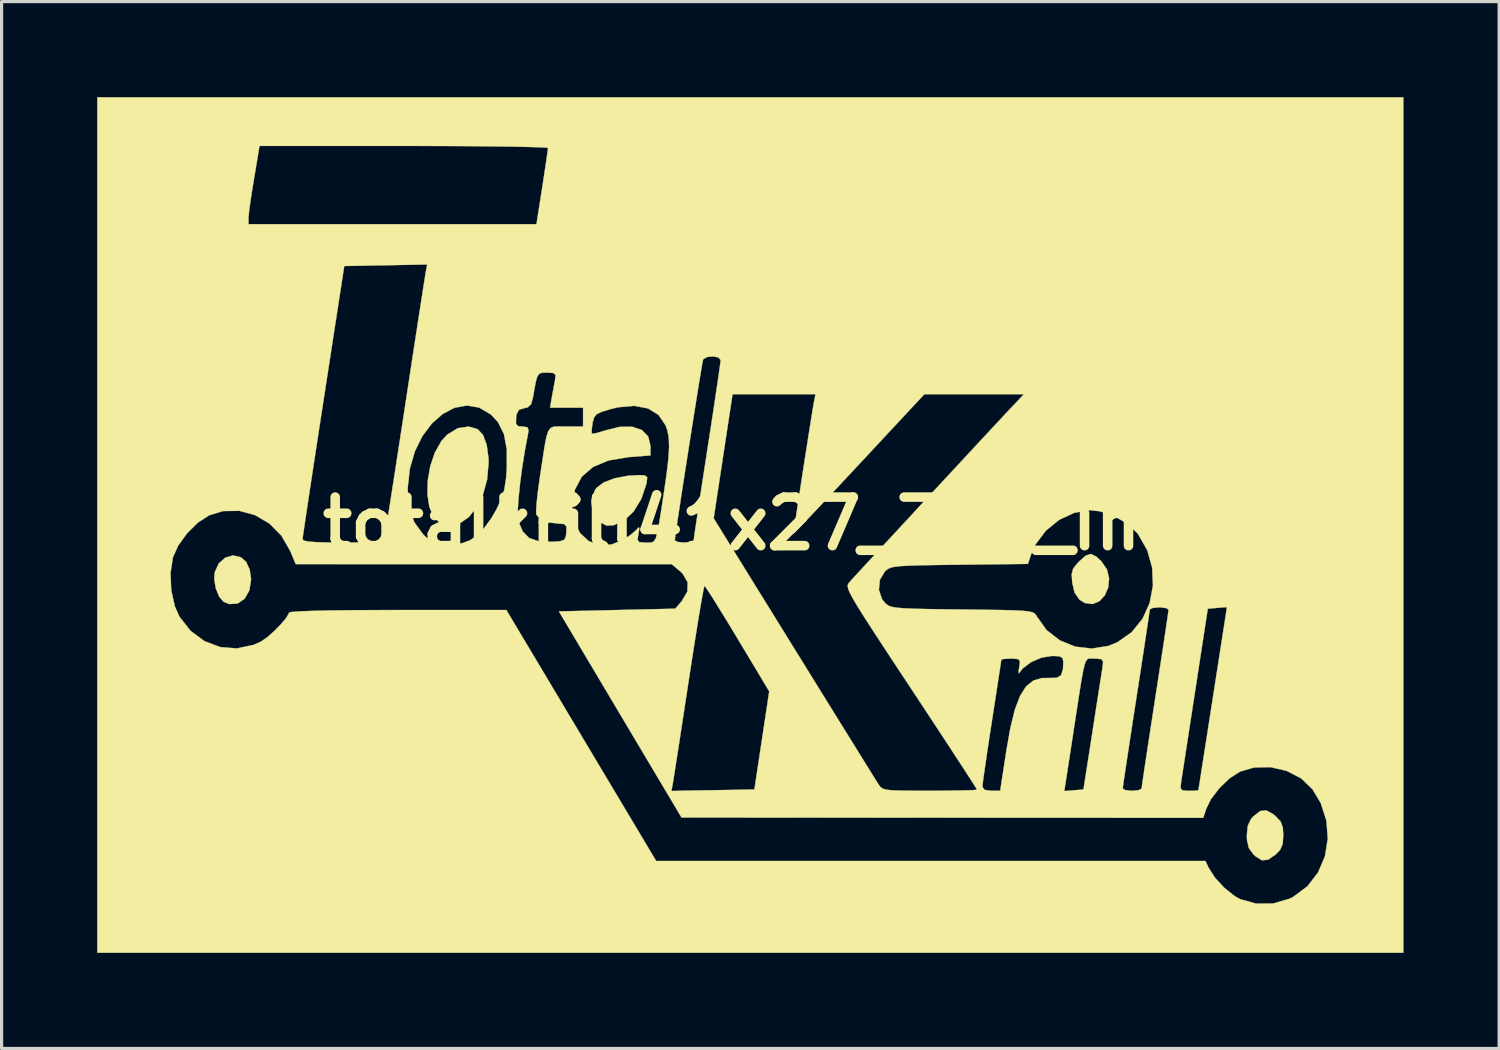
<source format=kicad_pcb>
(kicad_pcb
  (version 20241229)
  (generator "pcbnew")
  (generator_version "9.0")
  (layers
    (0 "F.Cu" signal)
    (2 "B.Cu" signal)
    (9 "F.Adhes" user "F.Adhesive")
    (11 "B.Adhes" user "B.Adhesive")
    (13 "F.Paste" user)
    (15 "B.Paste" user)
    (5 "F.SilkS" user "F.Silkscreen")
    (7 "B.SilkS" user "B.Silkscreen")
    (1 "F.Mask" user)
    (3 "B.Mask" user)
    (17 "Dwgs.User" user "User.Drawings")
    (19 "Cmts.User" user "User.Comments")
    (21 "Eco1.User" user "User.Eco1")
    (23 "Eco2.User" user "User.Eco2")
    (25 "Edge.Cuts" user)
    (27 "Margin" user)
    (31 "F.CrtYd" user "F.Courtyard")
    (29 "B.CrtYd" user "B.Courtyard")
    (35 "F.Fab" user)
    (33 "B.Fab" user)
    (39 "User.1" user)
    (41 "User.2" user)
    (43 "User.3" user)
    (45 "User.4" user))
  (footprint "totalkrill41x27_300_inv"
    (layer "F.Cu")
    (at 20.494 13.382)
    (property "Reference" "totalkrill41x27_300_inv" (at 0 0 0) (layer "F.SilkS") (effects (font (size 1.524 1.524) (thickness 0.3))))
    (attr through_hole)
    (fp_poly (pts (xy -15.985 1.054) (xy -15.822 1.196) (xy -15.709 1.441) (xy -15.665 1.745) (xy -15.72 2.095) (xy -15.87 2.356) (xy -16.088 2.505) (xy -16.349 2.522) (xy -16.525 2.452) (xy -16.668 2.289) (xy -16.774 2.026) (xy -16.822 1.732) (xy -16.808 1.532) (xy -16.682 1.25) (xy -16.476 1.066) (xy -16.23 0.996) (xy -15.985 1.054)) (stroke (width 0.01) (type solid)) (fill yes) (layer "F.SilkS"))
    (fp_poly (pts (xy 10.847 1.027) (xy 11.013 1.179) (xy 11.191 1.439) (xy 11.257 1.723) (xy 11.229 2.002) (xy 11.123 2.248) (xy 10.956 2.43) (xy 10.743 2.521) (xy 10.5 2.491) (xy 10.33 2.388) (xy 10.173 2.164) (xy 10.099 1.842) (xy 10.083 1.583) (xy 10.129 1.409) (xy 10.262 1.241) (xy 10.312 1.189) (xy 10.523 1.003) (xy 10.683 0.949) (xy 10.847 1.027)) (stroke (width 0.01) (type solid)) (fill yes) (layer "F.SilkS"))
    (fp_poly (pts (xy -3.306 -1.514) (xy -3.236 -1.454) (xy -3.253 -1.295) (xy -3.263 -1.249) (xy -3.421 -0.778) (xy -3.661 -0.385) (xy -3.961 -0.098) (xy -4.294 0.05) (xy -4.295 0.05) (xy -4.513 0.06) (xy -4.694 -0.036) (xy -4.778 -0.114) (xy -4.955 -0.4) (xy -4.989 -0.729) (xy -4.877 -1.051) (xy -4.825 -1.125) (xy -4.606 -1.292) (xy -4.264 -1.423) (xy -3.843 -1.504) (xy -3.503 -1.524) (xy -3.306 -1.514)) (stroke (width 0.01) (type solid)) (fill yes) (layer "F.SilkS"))
    (fp_poly (pts (xy 16.409 9.117) (xy 16.484 9.179) (xy 16.639 9.345) (xy 16.708 9.537) (xy 16.722 9.779) (xy 16.702 10.053) (xy 16.622 10.237) (xy 16.484 10.379) (xy 16.248 10.542) (xy 16.053 10.562) (xy 15.852 10.438) (xy 15.786 10.376) (xy 15.642 10.179) (xy 15.584 9.93) (xy 15.579 9.779) (xy 15.607 9.481) (xy 15.709 9.27) (xy 15.786 9.182) (xy 15.998 9.017) (xy 16.19 8.995) (xy 16.409 9.117)) (stroke (width 0.01) (type solid)) (fill yes) (layer "F.SilkS"))
    (fp_poly (pts (xy -8.555 -2.965) (xy -8.389 -2.787) (xy -8.273 -2.475) (xy -8.216 -2.059) (xy -8.213 -1.908) (xy -8.26 -1.383) (xy -8.39 -0.911) (xy -8.588 -0.512) (xy -8.838 -0.204) (xy -9.125 -0.007) (xy -9.432 0.059) (xy -9.737 -0.021) (xy -9.943 -0.218) (xy -10.074 -0.53) (xy -10.132 -0.922) (xy -10.121 -1.359) (xy -10.043 -1.806) (xy -9.901 -2.227) (xy -9.698 -2.588) (xy -9.515 -2.791) (xy -9.182 -2.996) (xy -8.839 -3.048) (xy -8.555 -2.965)) (stroke (width 0.01) (type solid)) (fill yes) (layer "F.SilkS"))
    (fp_poly (pts (xy 20.489 13.462) (xy -20.489 13.462) (xy -20.489 1.555) (xy -18.194 1.555) (xy -18.171 2.089) (xy -18.058 2.593) (xy -17.915 2.915) (xy -17.565 3.363) (xy -17.129 3.685) (xy -16.636 3.871) (xy -16.113 3.914) (xy -15.588 3.803) (xy -15.361 3.703) (xy -15.172 3.574) (xy -14.951 3.381) (xy -14.737 3.164) (xy -14.567 2.962) (xy -14.482 2.816) (xy -14.478 2.794) (xy -14.394 2.77) (xy -14.145 2.751) (xy -13.735 2.735) (xy -13.167 2.722) (xy -12.447 2.714) (xy -11.578 2.71) (xy -11.067 2.709) (xy -7.656 2.709) (xy -2.955 10.583) (xy 14.281 10.583) (xy 14.373 10.785) (xy 14.578 11.107) (xy 14.875 11.429) (xy 15.204 11.69) (xy 15.366 11.78) (xy 15.873 11.922) (xy 16.409 11.916) (xy 16.922 11.766) (xy 17.028 11.713) (xy 17.48 11.377) (xy 17.815 10.941) (xy 18.03 10.434) (xy 18.118 9.884) (xy 18.076 9.318) (xy 17.897 8.765) (xy 17.638 8.332) (xy 17.283 7.991) (xy 16.831 7.757) (xy 16.325 7.639) (xy 15.809 7.649) (xy 15.362 7.78) (xy 15.037 7.99) (xy 14.715 8.299) (xy 14.449 8.649) (xy 14.305 8.945) (xy 14.211 9.229) (xy -2.159 9.22) (xy -2.652 8.39) (xy 9.851 8.39) (xy 10.452 8.34) (xy 10.457 8.309) (xy 11.684 8.309) (xy 11.758 8.357) (xy 11.942 8.381) (xy 11.98 8.382) (xy 12.176 8.364) (xy 12.274 8.319) (xy 12.277 8.309) (xy 12.279 8.292) (xy 13.499 8.292) (xy 13.557 8.367) (xy 13.736 8.382) (xy 13.764 8.382) (xy 13.959 8.377) (xy 14.057 8.363) (xy 14.059 8.361) (xy 14.073 8.275) (xy 14.11 8.042) (xy 14.166 7.679) (xy 14.24 7.208) (xy 14.328 6.647) (xy 14.426 6.014) (xy 14.51 5.478) (xy 14.955 2.616) (xy 14.353 2.667) (xy 13.957 5.249) (xy 13.856 5.904) (xy 13.762 6.515) (xy 13.678 7.06) (xy 13.608 7.516) (xy 13.555 7.86) (xy 13.523 8.068) (xy 13.516 8.107) (xy 13.499 8.292) (xy 12.279 8.292) (xy 12.289 8.211) (xy 12.325 7.965) (xy 12.38 7.593) (xy 12.453 7.115) (xy 12.539 6.55) (xy 12.636 5.92) (xy 12.7 5.503) (xy 12.802 4.842) (xy 12.895 4.234) (xy 12.977 3.7) (xy 13.043 3.259) (xy 13.091 2.932) (xy 13.118 2.74) (xy 13.123 2.697) (xy 13.049 2.649) (xy 12.866 2.625) (xy 12.827 2.625) (xy 12.631 2.643) (xy 12.533 2.688) (xy 12.531 2.697) (xy 12.518 2.796) (xy 12.483 3.041) (xy 12.427 3.413) (xy 12.355 3.892) (xy 12.269 4.457) (xy 12.172 5.087) (xy 12.107 5.503) (xy 12.005 6.165) (xy 11.912 6.773) (xy 11.831 7.307) (xy 11.764 7.748) (xy 11.716 8.074) (xy 11.689 8.266) (xy 11.684 8.309) (xy 10.457 8.309) (xy 10.723 6.604) (xy 10.807 6.06) (xy 10.886 5.554) (xy 10.954 5.117) (xy 11.007 4.779) (xy 11.04 4.572) (xy 11.043 4.551) (xy 11.068 4.344) (xy 11.027 4.255) (xy 10.883 4.234) (xy 10.8 4.233) (xy 10.71 4.229) (xy 10.639 4.227) (xy 10.582 4.247) (xy 10.534 4.305) (xy 10.489 4.421) (xy 10.444 4.611) (xy 10.392 4.893) (xy 10.328 5.287) (xy 10.248 5.809) (xy 10.145 6.477) (xy 10.129 6.587) (xy 9.851 8.39) (xy -2.652 8.39) (xy -2.655 8.387) (xy -2.477 8.387) (xy 0.127 8.34) (xy 0.592 5.26) (xy -0.402 3.604) (xy -0.688 3.13) (xy -0.946 2.71) (xy -1.162 2.362) (xy -1.324 2.108) (xy -1.42 1.968) (xy -1.439 1.947) (xy -1.461 2.028) (xy -1.505 2.257) (xy -1.568 2.617) (xy -1.646 3.087) (xy -1.736 3.65) (xy -1.836 4.286) (xy -1.936 4.932) (xy -2.042 5.632) (xy -2.143 6.287) (xy -2.233 6.877) (xy -2.311 7.379) (xy -2.373 7.774) (xy -2.415 8.04) (xy -2.433 8.151) (xy -2.477 8.387) (xy -2.655 8.387) (xy -6.007 2.752) (xy -4.182 2.709) (xy -2.356 2.667) (xy -2.151 2.429) (xy -1.976 2.129) (xy -1.967 1.838) (xy -2.125 1.567) (xy -2.208 1.489) (xy -2.468 1.27) (xy -8.367 1.27) (xy -14.266 1.269) (xy -14.43 0.871) (xy -14.65 0.487) (xy -14.051 0.487) (xy -14.01 0.53) (xy -13.869 0.561) (xy -13.611 0.58) (xy -13.217 0.59) (xy -12.786 0.593) (xy -12.299 0.592) (xy -11.954 0.587) (xy -11.727 0.573) (xy -11.591 0.548) (xy -11.519 0.508) (xy -11.486 0.448) (xy -11.474 0.402) (xy -11.452 0.281) (xy -11.408 0.011) (xy -11.344 -0.392) (xy -11.263 -0.91) (xy -11.24 -1.058) (xy -10.751 -1.058) (xy -10.703 -0.501) (xy -10.547 -0.05) (xy -10.272 0.33) (xy -10.235 0.368) (xy -10.043 0.551) (xy -9.891 0.646) (xy -9.712 0.675) (xy -9.44 0.664) (xy -9.399 0.661) (xy -9.054 0.616) (xy -8.798 0.522) (xy -8.574 0.368) (xy -8.36 0.148) (xy -8.134 -0.162) (xy -7.971 -0.44) (xy -7.818 -0.768) (xy -7.723 -1.063) (xy -7.668 -1.4) (xy -7.642 -1.723) (xy -7.642 -2.331) (xy -7.732 -2.813) (xy -7.891 -3.134) (xy -7.353 -3.134) (xy -7.286 -3.06) (xy -7.153 -3.048) (xy -6.997 -3.028) (xy -6.959 -2.933) (xy -6.977 -2.815) (xy -7.072 -2.31) (xy -7.156 -1.786) (xy -7.224 -1.277) (xy -7.272 -0.816) (xy -7.297 -0.436) (xy -7.296 -0.172) (xy -7.283 -0.092) (xy -7.145 0.241) (xy -6.94 0.449) (xy -6.64 0.552) (xy -6.223 0.568) (xy -5.972 0.551) (xy -5.843 0.508) (xy -5.791 0.408) (xy -5.773 0.275) (xy -5.77 0.087) (xy -5.839 0.012) (xy -6 0) (xy -6.319 -0.038) (xy -6.574 -0.138) (xy -6.713 -0.281) (xy -6.715 -0.284) (xy -6.721 -0.413) (xy -6.713 -0.521) (xy -5.586 -0.521) (xy -5.523 -0.066) (xy -5.344 0.294) (xy -5.074 0.544) (xy -4.736 0.669) (xy -4.353 0.653) (xy -3.979 0.5) (xy -3.758 0.351) (xy -3.59 0.207) (xy -3.569 0.183) (xy -3.497 0.109) (xy -3.484 0.16) (xy -3.512 0.318) (xy -3.54 0.501) (xy -3.489 0.577) (xy -3.318 0.593) (xy -3.273 0.593) (xy -3.161 0.594) (xy -3.077 0.583) (xy -3.013 0.539) (xy -3.003 0.52) (xy -2.371 0.52) (xy -2.296 0.568) (xy -2.113 0.592) (xy -2.074 0.593) (xy -1.878 0.574) (xy -1.781 0.529) (xy -1.778 0.52) (xy -1.765 0.422) (xy -1.73 0.176) (xy -1.678 -0.169) (xy -1.151 -0.169) (xy 1.377 3.916) (xy 1.847 4.675) (xy 2.293 5.395) (xy 2.706 6.062) (xy 3.079 6.663) (xy 3.402 7.184) (xy 3.667 7.611) (xy 3.866 7.932) (xy 3.991 8.131) (xy 4.029 8.191) (xy 4.08 8.26) (xy 4.146 8.31) (xy 4.254 8.344) (xy 4.429 8.365) (xy 4.695 8.376) (xy 5.079 8.381) (xy 5.606 8.382) (xy 5.632 8.382) (xy 6.112 8.38) (xy 6.526 8.374) (xy 6.849 8.366) (xy 7.053 8.355) (xy 7.112 8.344) (xy 7.067 8.268) (xy 7.055 8.248) (xy 7.281 8.248) (xy 7.341 8.348) (xy 7.537 8.382) (xy 7.56 8.382) (xy 7.839 8.382) (xy 8.031 7.133) (xy 8.159 6.406) (xy 8.299 5.835) (xy 8.461 5.406) (xy 8.651 5.107) (xy 8.876 4.924) (xy 9.146 4.843) (xy 9.371 4.841) (xy 9.615 4.836) (xy 9.752 4.753) (xy 9.81 4.558) (xy 9.82 4.339) (xy 9.799 4.217) (xy 9.705 4.162) (xy 9.49 4.149) (xy 9.471 4.149) (xy 9.136 4.203) (xy 8.805 4.345) (xy 8.546 4.542) (xy 8.469 4.642) (xy 8.419 4.699) (xy 8.419 4.609) (xy 8.436 4.508) (xy 8.46 4.327) (xy 8.409 4.25) (xy 8.241 4.234) (xy 8.181 4.233) (xy 7.981 4.241) (xy 7.878 4.26) (xy 7.874 4.264) (xy 7.862 4.353) (xy 7.827 4.586) (xy 7.773 4.937) (xy 7.705 5.384) (xy 7.624 5.903) (xy 7.578 6.205) (xy 7.492 6.76) (xy 7.417 7.263) (xy 7.355 7.689) (xy 7.309 8.012) (xy 7.285 8.207) (xy 7.281 8.248) (xy 7.055 8.248) (xy 6.938 8.065) (xy 6.734 7.749) (xy 6.464 7.336) (xy 6.139 6.838) (xy 5.767 6.272) (xy 5.358 5.65) (xy 5.033 5.158) (xy 4.539 4.41) (xy 4.131 3.79) (xy 3.802 3.285) (xy 3.543 2.883) (xy 3.348 2.57) (xy 3.209 2.334) (xy 3.118 2.162) (xy 3.084 2.079) (xy 4.034 2.079) (xy 4.134 2.372) (xy 4.219 2.478) (xy 4.281 2.535) (xy 4.353 2.58) (xy 4.457 2.613) (xy 4.613 2.638) (xy 4.841 2.656) (xy 5.162 2.669) (xy 5.597 2.679) (xy 6.167 2.687) (xy 6.648 2.692) (xy 7.321 2.7) (xy 7.845 2.708) (xy 8.239 2.718) (xy 8.523 2.731) (xy 8.717 2.75) (xy 8.842 2.777) (xy 8.915 2.812) (xy 8.958 2.858) (xy 8.984 2.904) (xy 9.297 3.34) (xy 9.712 3.662) (xy 10.195 3.858) (xy 10.714 3.919) (xy 11.238 3.834) (xy 11.515 3.721) (xy 11.965 3.405) (xy 12.305 2.985) (xy 12.529 2.49) (xy 12.632 1.947) (xy 12.609 1.385) (xy 12.454 0.833) (xy 12.162 0.32) (xy 12.147 0.301) (xy 11.834 0.003) (xy 11.42 -0.238) (xy 10.972 -0.388) (xy 10.668 -0.423) (xy 10.166 -0.343) (xy 9.689 -0.12) (xy 9.272 0.219) (xy 8.95 0.648) (xy 8.804 0.976) (xy 8.71 1.262) (xy 6.559 1.287) (xy 5.899 1.295) (xy 5.388 1.304) (xy 5.004 1.315) (xy 4.726 1.33) (xy 4.533 1.351) (xy 4.403 1.38) (xy 4.316 1.42) (xy 4.25 1.471) (xy 4.219 1.501) (xy 4.062 1.767) (xy 4.034 2.079) (xy 3.084 2.079) (xy 3.069 2.041) (xy 3.054 1.958) (xy 3.065 1.899) (xy 3.094 1.853) (xy 3.114 1.83) (xy 3.213 1.721) (xy 3.412 1.504) (xy 3.697 1.196) (xy 4.051 0.813) (xy 4.461 0.37) (xy 4.91 -0.115) (xy 5.384 -0.626) (xy 5.867 -1.148) (xy 6.345 -1.663) (xy 6.803 -2.156) (xy 7.224 -2.61) (xy 7.595 -3.009) (xy 7.9 -3.336) (xy 8.124 -3.576) (xy 8.245 -3.704) (xy 8.587 -4.064) (xy 7.024 -4.064) (xy 5.461 -4.064) (xy 3.408 -1.86) (xy 2.934 -1.352) (xy 2.499 -0.888) (xy 2.116 -0.481) (xy 1.797 -0.143) (xy 1.555 0.11) (xy 1.403 0.265) (xy 1.355 0.31) (xy 1.367 0.213) (xy 1.402 -0.023) (xy 1.454 -0.371) (xy 1.52 -0.801) (xy 1.594 -1.286) (xy 1.673 -1.797) (xy 1.753 -2.306) (xy 1.828 -2.786) (xy 1.895 -3.207) (xy 1.949 -3.542) (xy 1.985 -3.763) (xy 1.998 -3.831) (xy 2.045 -4.064) (xy -0.558 -4.064) (xy -1.151 -0.169) (xy -1.678 -0.169) (xy -1.674 -0.196) (xy -1.602 -0.675) (xy -1.516 -1.239) (xy -1.419 -1.87) (xy -1.355 -2.286) (xy -1.252 -2.95) (xy -1.159 -3.562) (xy -1.078 -4.103) (xy -1.011 -4.551) (xy -0.963 -4.885) (xy -0.936 -5.086) (xy -0.931 -5.134) (xy -1.001 -5.215) (xy -1.161 -5.248) (xy -1.341 -5.234) (xy -1.468 -5.17) (xy -1.484 -5.144) (xy -1.505 -5.041) (xy -1.547 -4.796) (xy -1.607 -4.431) (xy -1.681 -3.972) (xy -1.766 -3.442) (xy -1.857 -2.865) (xy -1.951 -2.266) (xy -2.044 -1.669) (xy -2.133 -1.098) (xy -2.212 -0.577) (xy -2.28 -0.13) (xy -2.331 0.218) (xy -2.362 0.444) (xy -2.371 0.52) (xy -3.003 0.52) (xy -2.961 0.438) (xy -2.913 0.26) (xy -2.861 -0.019) (xy -2.797 -0.42) (xy -2.714 -0.965) (xy -2.71 -0.989) (xy -2.623 -1.594) (xy -2.569 -2.062) (xy -2.549 -2.42) (xy -2.56 -2.698) (xy -2.603 -2.923) (xy -2.66 -3.086) (xy -2.88 -3.411) (xy -3.21 -3.616) (xy -3.639 -3.698) (xy -4.152 -3.653) (xy -4.38 -3.598) (xy -4.664 -3.512) (xy -4.825 -3.433) (xy -4.906 -3.328) (xy -4.949 -3.166) (xy -4.951 -3.157) (xy -4.979 -2.953) (xy -4.976 -2.834) (xy -4.972 -2.827) (xy -4.879 -2.832) (xy -4.684 -2.884) (xy -4.575 -2.92) (xy -4.105 -3.038) (xy -3.708 -3.042) (xy -3.402 -2.939) (xy -3.204 -2.733) (xy -3.133 -2.433) (xy -3.133 -2.426) (xy -3.133 -2.142) (xy -3.821 -2.089) (xy -4.446 -1.985) (xy -4.935 -1.781) (xy -5.288 -1.476) (xy -5.504 -1.07) (xy -5.586 -0.563) (xy -5.586 -0.521) (xy -6.713 -0.521) (xy -6.703 -0.673) (xy -6.664 -1.027) (xy -6.607 -1.44) (xy -6.598 -1.497) (xy -6.516 -2.043) (xy -6.454 -2.445) (xy -6.4 -2.723) (xy -6.342 -2.902) (xy -6.27 -3.001) (xy -6.172 -3.044) (xy -6.036 -3.053) (xy -5.851 -3.048) (xy -5.793 -3.048) (xy -5.249 -3.048) (xy -5.249 -3.641) (xy -6.284 -3.641) (xy -6.23 -3.958) (xy -6.179 -4.24) (xy -6.131 -4.495) (xy -6.129 -4.508) (xy -6.112 -4.664) (xy -6.177 -4.728) (xy -6.365 -4.741) (xy -6.379 -4.741) (xy -6.523 -4.739) (xy -6.619 -4.709) (xy -6.683 -4.622) (xy -6.734 -4.446) (xy -6.789 -4.149) (xy -6.821 -3.963) (xy -6.88 -3.748) (xy -6.984 -3.65) (xy -7.099 -3.624) (xy -7.262 -3.574) (xy -7.334 -3.437) (xy -7.35 -3.323) (xy -7.353 -3.134) (xy -7.891 -3.134) (xy -7.918 -3.188) (xy -8.137 -3.423) (xy -8.506 -3.642) (xy -8.892 -3.708) (xy -9.28 -3.638) (xy -9.653 -3.443) (xy -9.997 -3.14) (xy -10.294 -2.742) (xy -10.529 -2.264) (xy -10.686 -1.719) (xy -10.751 -1.123) (xy -10.751 -1.058) (xy -11.24 -1.058) (xy -11.167 -1.525) (xy -11.06 -2.22) (xy -10.943 -2.977) (xy -10.835 -3.683) (xy -10.713 -4.484) (xy -10.597 -5.242) (xy -10.49 -5.938) (xy -10.395 -6.555) (xy -10.314 -7.073) (xy -10.252 -7.476) (xy -10.209 -7.745) (xy -10.191 -7.855) (xy -10.14 -8.133) (xy -12.742 -8.086) (xy -13.395 -3.852) (xy -13.523 -3.024) (xy -13.642 -2.245) (xy -13.751 -1.532) (xy -13.847 -0.901) (xy -13.927 -0.369) (xy -13.989 0.049) (xy -14.031 0.337) (xy -14.05 0.477) (xy -14.051 0.487) (xy -14.65 0.487) (xy -14.711 0.38) (xy -15.09 -0.004) (xy -15.54 -0.269) (xy -16.034 -0.404) (xy -16.545 -0.396) (xy -16.979 -0.264) (xy -17.332 -0.036) (xy -17.673 0.3) (xy -17.952 0.686) (xy -18.119 1.059) (xy -18.194 1.555) (xy -20.489 1.555) (xy -20.489 -9.398) (xy -15.748 -9.398) (xy -6.711 -9.398) (xy -6.529 -10.562) (xy -6.464 -10.988) (xy -6.409 -11.354) (xy -6.37 -11.627) (xy -6.35 -11.775) (xy -6.349 -11.79) (xy -6.431 -11.802) (xy -6.667 -11.813) (xy -7.042 -11.823) (xy -7.539 -11.833) (xy -8.144 -11.84) (xy -8.84 -11.847) (xy -9.612 -11.851) (xy -10.446 -11.853) (xy -10.876 -11.853) (xy -15.402 -11.853) (xy -15.447 -11.578) (xy -15.482 -11.369) (xy -15.535 -11.051) (xy -15.597 -10.679) (xy -15.62 -10.541) (xy -15.677 -10.179) (xy -15.721 -9.862) (xy -15.745 -9.64) (xy -15.748 -9.588) (xy -15.748 -9.398) (xy -20.489 -9.398) (xy -20.489 -13.377) (xy 20.489 -13.377) (xy 20.489 13.462)) (stroke (width 0.01) (type solid)) (fill yes) (layer "F.SilkS")))
  (gr_rect
    (start -3 -3)
    (end 43.989 29.849)
    (stroke (width 0.1) (type default))
    (fill no)
    (layer "Edge.Cuts")))
</source>
